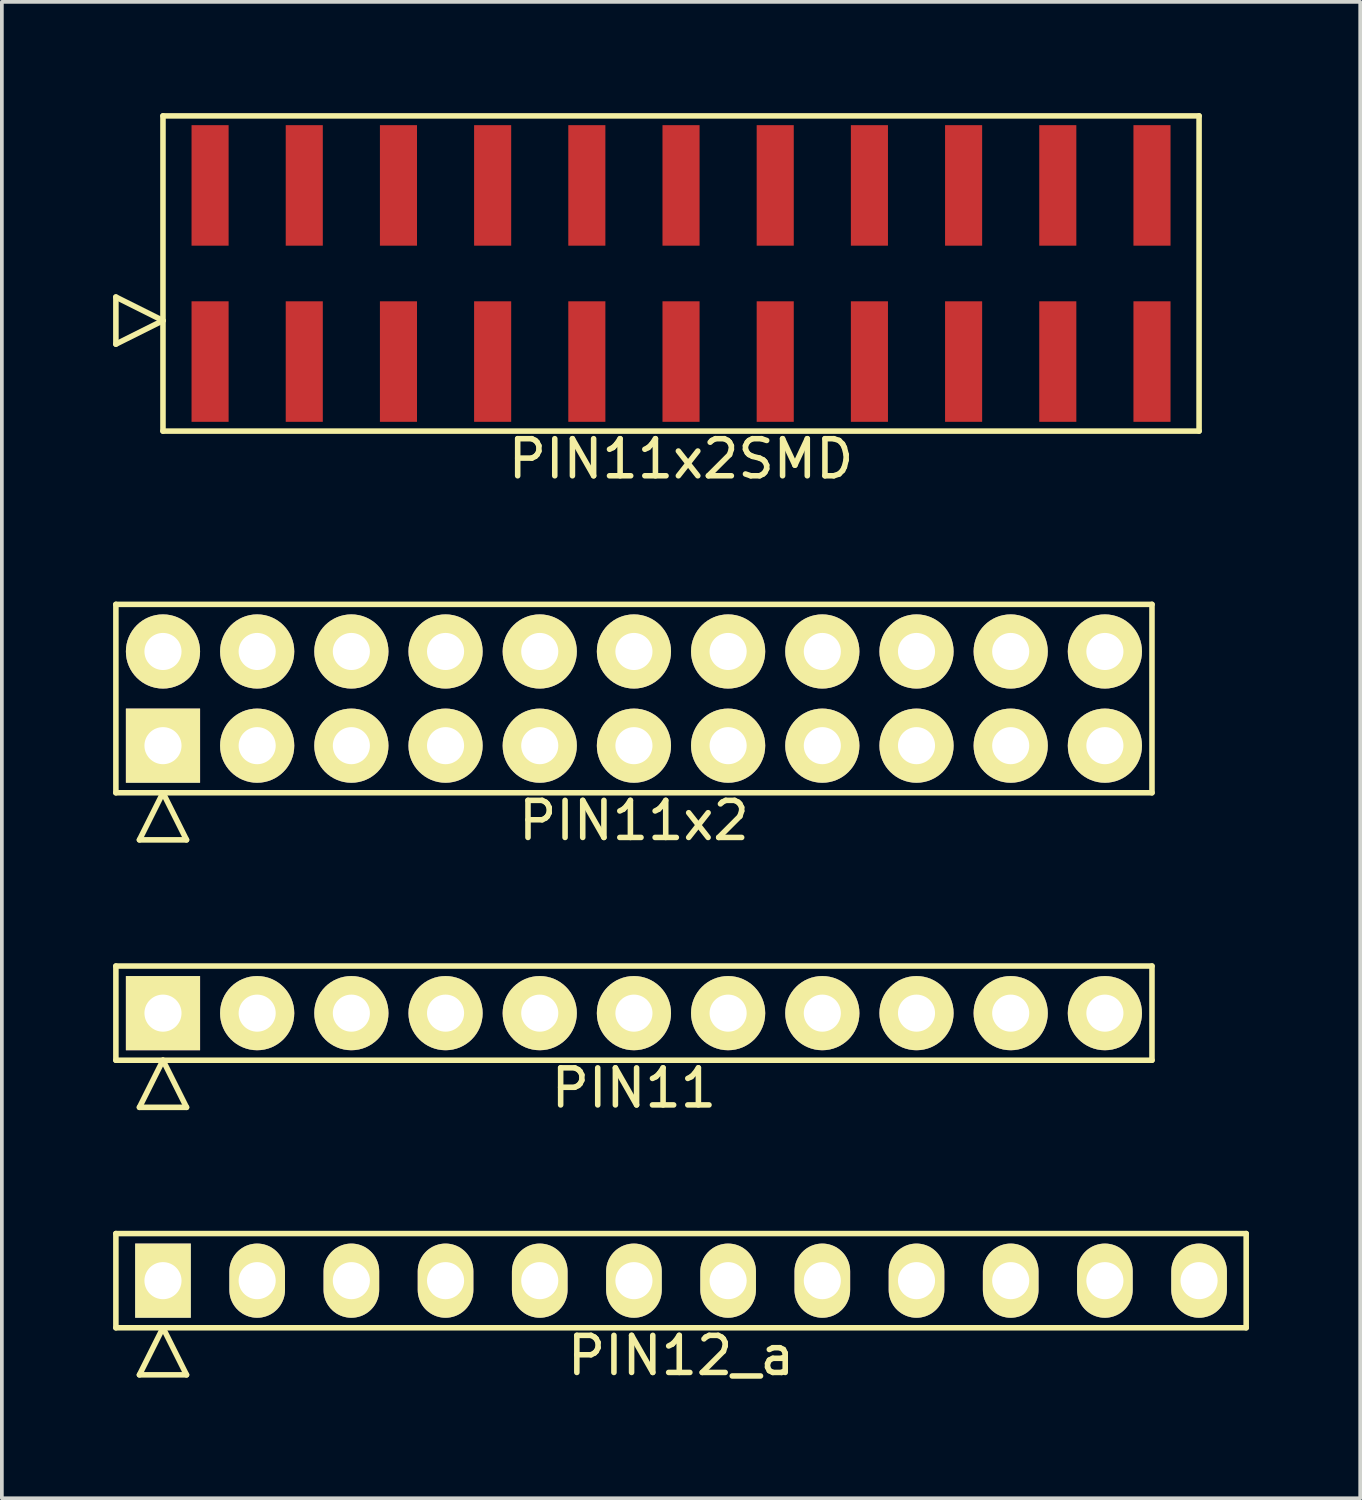
<source format=kicad_pcb>
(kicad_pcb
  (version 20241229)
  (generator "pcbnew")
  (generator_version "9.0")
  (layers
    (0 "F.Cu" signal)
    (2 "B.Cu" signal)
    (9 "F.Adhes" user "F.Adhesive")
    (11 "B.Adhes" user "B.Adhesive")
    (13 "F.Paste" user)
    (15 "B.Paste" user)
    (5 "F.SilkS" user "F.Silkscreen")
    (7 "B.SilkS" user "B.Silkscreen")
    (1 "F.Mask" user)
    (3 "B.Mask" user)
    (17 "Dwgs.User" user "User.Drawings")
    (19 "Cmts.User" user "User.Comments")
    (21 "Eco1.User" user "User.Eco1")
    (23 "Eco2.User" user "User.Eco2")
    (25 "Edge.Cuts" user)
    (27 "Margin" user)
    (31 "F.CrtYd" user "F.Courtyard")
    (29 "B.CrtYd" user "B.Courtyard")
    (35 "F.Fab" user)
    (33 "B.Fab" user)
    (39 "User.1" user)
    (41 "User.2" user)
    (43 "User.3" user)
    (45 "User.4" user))
  (footprint "PIN11"
    (layer "F.Cu")
    (at 14.045 24.271)
    (property "Reference" "PIN11" (at 0 2.02 0) (layer "F.SilkS") (effects (font (size 1 1) (thickness 0.15))))
    (attr through_hole)
    (fp_line (start -13.97 -1.27) (end -13.97 1.27) (stroke (width 0.15) (type solid)) (layer "F.SilkS"))
    (fp_line (start -13.97 1.27) (end 13.97 1.27) (stroke (width 0.15) (type solid)) (layer "F.SilkS"))
    (fp_line (start -13.335 2.54) (end -12.7 1.27) (stroke (width 0.15) (type solid)) (layer "F.SilkS"))
    (fp_line (start -13.335 2.54) (end -12.065 2.54) (stroke (width 0.15) (type solid)) (layer "F.SilkS"))
    (fp_line (start -12.065 2.54) (end -12.7 1.27) (stroke (width 0.15) (type solid)) (layer "F.SilkS"))
    (fp_line (start 13.97 -1.27) (end -13.97 -1.27) (stroke (width 0.15) (type solid)) (layer "F.SilkS"))
    (fp_line (start 13.97 1.27) (end 13.97 -1.27) (stroke (width 0.15) (type solid)) (layer "F.SilkS"))
    (pad "1" thru_hole rect (at -12.7 0) (size 2 2) (drill 1) (layers "*.Cu" "*.Mask" "F.SilkS"))
    (pad "2" thru_hole oval (at -10.16 0) (size 2 2) (drill 1) (layers "*.Cu" "*.Mask" "F.SilkS"))
    (pad "3" thru_hole oval (at -7.62 0) (size 2 2) (drill 1) (layers "*.Cu" "*.Mask" "F.SilkS"))
    (pad "4" thru_hole oval (at -5.08 0) (size 2 2) (drill 1) (layers "*.Cu" "*.Mask" "F.SilkS"))
    (pad "5" thru_hole oval (at -2.54 0) (size 2 2) (drill 1) (layers "*.Cu" "*.Mask" "F.SilkS"))
    (pad "6" thru_hole oval (at 0 0) (size 2 2) (drill 1) (layers "*.Cu" "*.Mask" "F.SilkS"))
    (pad "7" thru_hole oval (at 2.54 0) (size 2 2) (drill 1) (layers "*.Cu" "*.Mask" "F.SilkS"))
    (pad "8" thru_hole oval (at 5.08 0) (size 2 2) (drill 1) (layers "*.Cu" "*.Mask" "F.SilkS"))
    (pad "9" thru_hole oval (at 7.62 0) (size 2 2) (drill 1) (layers "*.Cu" "*.Mask" "F.SilkS"))
    (pad "10" thru_hole oval (at 10.16 0) (size 2 2) (drill 1) (layers "*.Cu" "*.Mask" "F.SilkS"))
    (pad "11" thru_hole oval (at 12.7 0) (size 2 2) (drill 1) (layers "*.Cu" "*.Mask" "F.SilkS")))
  (footprint "PIN12_a"
    (layer "F.Cu")
    (at 15.315 31.485)
    (property "Reference" "PIN12_a" (at 0 2.02 0) (layer "F.SilkS") (effects (font (size 1 1) (thickness 0.15))))
    (attr through_hole)
    (fp_line (start -15.24 -1.27) (end -15.24 1.27) (stroke (width 0.15) (type solid)) (layer "F.SilkS"))
    (fp_line (start -15.24 1.27) (end 15.24 1.27) (stroke (width 0.15) (type solid)) (layer "F.SilkS"))
    (fp_line (start -14.605 2.54) (end -13.97 1.27) (stroke (width 0.15) (type solid)) (layer "F.SilkS"))
    (fp_line (start -14.605 2.54) (end -13.335 2.54) (stroke (width 0.15) (type solid)) (layer "F.SilkS"))
    (fp_line (start -13.335 2.54) (end -13.97 1.27) (stroke (width 0.15) (type solid)) (layer "F.SilkS"))
    (fp_line (start 15.24 -1.27) (end -15.24 -1.27) (stroke (width 0.15) (type solid)) (layer "F.SilkS"))
    (fp_line (start 15.24 1.27) (end 15.24 -1.27) (stroke (width 0.15) (type solid)) (layer "F.SilkS"))
    (pad "1" thru_hole rect (at -13.97 0) (size 1.5 2) (drill 1) (layers "*.Cu" "*.Mask" "F.SilkS"))
    (pad "2" thru_hole oval (at -11.43 0) (size 1.5 2) (drill 1) (layers "*.Cu" "*.Mask" "F.SilkS"))
    (pad "3" thru_hole oval (at -8.89 0) (size 1.5 2) (drill 1) (layers "*.Cu" "*.Mask" "F.SilkS"))
    (pad "4" thru_hole oval (at -6.35 0) (size 1.5 2) (drill 1) (layers "*.Cu" "*.Mask" "F.SilkS"))
    (pad "5" thru_hole oval (at -3.81 0) (size 1.5 2) (drill 1) (layers "*.Cu" "*.Mask" "F.SilkS"))
    (pad "6" thru_hole oval (at -1.27 0) (size 1.5 2) (drill 1) (layers "*.Cu" "*.Mask" "F.SilkS"))
    (pad "7" thru_hole oval (at 1.27 0) (size 1.5 2) (drill 1) (layers "*.Cu" "*.Mask" "F.SilkS"))
    (pad "8" thru_hole oval (at 3.81 0) (size 1.5 2) (drill 1) (layers "*.Cu" "*.Mask" "F.SilkS"))
    (pad "9" thru_hole oval (at 6.35 0) (size 1.5 2) (drill 1) (layers "*.Cu" "*.Mask" "F.SilkS"))
    (pad "10" thru_hole oval (at 8.89 0) (size 1.5 2) (drill 1) (layers "*.Cu" "*.Mask" "F.SilkS"))
    (pad "11" thru_hole oval (at 11.43 0) (size 1.5 2) (drill 1) (layers "*.Cu" "*.Mask" "F.SilkS"))
    (pad "12" thru_hole oval (at 13.97 0) (size 1.5 2) (drill 1) (layers "*.Cu" "*.Mask" "F.SilkS")))
  (footprint "PIN11x2SMD"
    (layer "F.Cu")
    (at 15.315 4.325)
    (property "Reference" "PIN11x2SMD" (at 0 5 0) (layer "F.SilkS") (effects (font (size 1 1) (thickness 0.15))))
    (attr through_hole)
    (fp_line (start -15.24 1.905) (end -15.24 0.635) (stroke (width 0.15) (type solid)) (layer "F.SilkS"))
    (fp_line (start -13.97 -4.25) (end -13.97 4.25) (stroke (width 0.15) (type solid)) (layer "F.SilkS"))
    (fp_line (start -13.97 1.27) (end -15.24 0.635) (stroke (width 0.15) (type solid)) (layer "F.SilkS"))
    (fp_line (start -13.97 1.27) (end -15.24 1.905) (stroke (width 0.15) (type solid)) (layer "F.SilkS"))
    (fp_line (start -13.97 4.25) (end 13.97 4.25) (stroke (width 0.15) (type solid)) (layer "F.SilkS"))
    (fp_line (start 13.97 -4.25) (end -13.97 -4.25) (stroke (width 0.15) (type solid)) (layer "F.SilkS"))
    (fp_line (start 13.97 4.25) (end 13.97 -4.25) (stroke (width 0.15) (type solid)) (layer "F.SilkS"))
    (pad "1" smd rect (at -12.7 2.375) (size 1 3.25) (layers "F.Cu" "F.Mask" "F.Paste"))
    (pad "2" smd rect (at -12.7 -2.375) (size 1 3.25) (layers "F.Cu" "F.Mask" "F.Paste"))
    (pad "3" smd rect (at -10.16 2.375) (size 1 3.25) (layers "F.Cu" "F.Mask" "F.Paste"))
    (pad "4" smd rect (at -10.16 -2.375) (size 1 3.25) (layers "F.Cu" "F.Mask" "F.Paste"))
    (pad "5" smd rect (at -7.62 2.375) (size 1 3.25) (layers "F.Cu" "F.Mask" "F.Paste"))
    (pad "6" smd rect (at -7.62 -2.375) (size 1 3.25) (layers "F.Cu" "F.Mask" "F.Paste"))
    (pad "7" smd rect (at -5.08 2.375) (size 1 3.25) (layers "F.Cu" "F.Mask" "F.Paste"))
    (pad "8" smd rect (at -5.08 -2.375) (size 1 3.25) (layers "F.Cu" "F.Mask" "F.Paste"))
    (pad "9" smd rect (at -2.54 2.375) (size 1 3.25) (layers "F.Cu" "F.Mask" "F.Paste"))
    (pad "10" smd rect (at -2.54 -2.375) (size 1 3.25) (layers "F.Cu" "F.Mask" "F.Paste"))
    (pad "11" smd rect (at 0 2.375) (size 1 3.25) (layers "F.Cu" "F.Mask" "F.Paste"))
    (pad "12" smd rect (at 0 -2.375) (size 1 3.25) (layers "F.Cu" "F.Mask" "F.Paste"))
    (pad "13" smd rect (at 2.54 2.375) (size 1 3.25) (layers "F.Cu" "F.Mask" "F.Paste"))
    (pad "14" smd rect (at 2.54 -2.375) (size 1 3.25) (layers "F.Cu" "F.Mask" "F.Paste"))
    (pad "15" smd rect (at 5.08 2.375) (size 1 3.25) (layers "F.Cu" "F.Mask" "F.Paste"))
    (pad "16" smd rect (at 5.08 -2.375) (size 1 3.25) (layers "F.Cu" "F.Mask" "F.Paste"))
    (pad "17" smd rect (at 7.62 2.375) (size 1 3.25) (layers "F.Cu" "F.Mask" "F.Paste"))
    (pad "18" smd rect (at 7.62 -2.375) (size 1 3.25) (layers "F.Cu" "F.Mask" "F.Paste"))
    (pad "19" smd rect (at 10.16 2.375) (size 1 3.25) (layers "F.Cu" "F.Mask" "F.Paste"))
    (pad "20" smd rect (at 10.16 -2.375) (size 1 3.25) (layers "F.Cu" "F.Mask" "F.Paste"))
    (pad "21" smd rect (at 12.7 2.375) (size 1 3.25) (layers "F.Cu" "F.Mask" "F.Paste"))
    (pad "22" smd rect (at 12.7 -2.375) (size 1 3.25) (layers "F.Cu" "F.Mask" "F.Paste")))
  (footprint "PIN11x2"
    (layer "F.Cu")
    (at 14.045 15.788)
    (property "Reference" "PIN11x2" (at 0 3.29 0) (layer "F.SilkS") (effects (font (size 1 1) (thickness 0.15))))
    (attr through_hole)
    (fp_line (start -13.97 -2.54) (end -13.97 2.54) (stroke (width 0.15) (type solid)) (layer "F.SilkS"))
    (fp_line (start -13.97 2.54) (end 13.97 2.54) (stroke (width 0.15) (type solid)) (layer "F.SilkS"))
    (fp_line (start -13.335 3.81) (end -12.7 2.54) (stroke (width 0.15) (type solid)) (layer "F.SilkS"))
    (fp_line (start -13.335 3.81) (end -12.065 3.81) (stroke (width 0.15) (type solid)) (layer "F.SilkS"))
    (fp_line (start -12.065 3.81) (end -12.7 2.54) (stroke (width 0.15) (type solid)) (layer "F.SilkS"))
    (fp_line (start 13.97 -2.54) (end -13.97 -2.54) (stroke (width 0.15) (type solid)) (layer "F.SilkS"))
    (fp_line (start 13.97 2.54) (end 13.97 -2.54) (stroke (width 0.15) (type solid)) (layer "F.SilkS"))
    (pad "1" thru_hole rect (at -12.7 1.27) (size 2 2) (drill 1) (layers "*.Cu" "*.Mask" "F.SilkS"))
    (pad "2" thru_hole oval (at -12.7 -1.27) (size 2 2) (drill 1) (layers "*.Cu" "*.Mask" "F.SilkS"))
    (pad "3" thru_hole oval (at -10.16 1.27) (size 2 2) (drill 1) (layers "*.Cu" "*.Mask" "F.SilkS"))
    (pad "4" thru_hole oval (at -10.16 -1.27) (size 2 2) (drill 1) (layers "*.Cu" "*.Mask" "F.SilkS"))
    (pad "5" thru_hole oval (at -7.62 1.27) (size 2 2) (drill 1) (layers "*.Cu" "*.Mask" "F.SilkS"))
    (pad "6" thru_hole oval (at -7.62 -1.27) (size 2 2) (drill 1) (layers "*.Cu" "*.Mask" "F.SilkS"))
    (pad "7" thru_hole oval (at -5.08 1.27) (size 2 2) (drill 1) (layers "*.Cu" "*.Mask" "F.SilkS"))
    (pad "8" thru_hole oval (at -5.08 -1.27) (size 2 2) (drill 1) (layers "*.Cu" "*.Mask" "F.SilkS"))
    (pad "9" thru_hole oval (at -2.54 1.27) (size 2 2) (drill 1) (layers "*.Cu" "*.Mask" "F.SilkS"))
    (pad "10" thru_hole oval (at -2.54 -1.27) (size 2 2) (drill 1) (layers "*.Cu" "*.Mask" "F.SilkS"))
    (pad "11" thru_hole oval (at 0 1.27) (size 2 2) (drill 1) (layers "*.Cu" "*.Mask" "F.SilkS"))
    (pad "12" thru_hole oval (at 0 -1.27) (size 2 2) (drill 1) (layers "*.Cu" "*.Mask" "F.SilkS"))
    (pad "13" thru_hole oval (at 2.54 1.27) (size 2 2) (drill 1) (layers "*.Cu" "*.Mask" "F.SilkS"))
    (pad "14" thru_hole oval (at 2.54 -1.27) (size 2 2) (drill 1) (layers "*.Cu" "*.Mask" "F.SilkS"))
    (pad "15" thru_hole oval (at 5.08 1.27) (size 2 2) (drill 1) (layers "*.Cu" "*.Mask" "F.SilkS"))
    (pad "16" thru_hole oval (at 5.08 -1.27) (size 2 2) (drill 1) (layers "*.Cu" "*.Mask" "F.SilkS"))
    (pad "17" thru_hole oval (at 7.62 1.27) (size 2 2) (drill 1) (layers "*.Cu" "*.Mask" "F.SilkS"))
    (pad "18" thru_hole oval (at 7.62 -1.27) (size 2 2) (drill 1) (layers "*.Cu" "*.Mask" "F.SilkS"))
    (pad "19" thru_hole oval (at 10.16 1.27) (size 2 2) (drill 1) (layers "*.Cu" "*.Mask" "F.SilkS"))
    (pad "20" thru_hole oval (at 10.16 -1.27) (size 2 2) (drill 1) (layers "*.Cu" "*.Mask" "F.SilkS"))
    (pad "21" thru_hole oval (at 12.7 1.27) (size 2 2) (drill 1) (layers "*.Cu" "*.Mask" "F.SilkS"))
    (pad "22" thru_hole oval (at 12.7 -1.27) (size 2 2) (drill 1) (layers "*.Cu" "*.Mask" "F.SilkS")))
  (gr_rect
    (start -3 -3)
    (end 33.63 37.353)
    (stroke (width 0.1) (type default))
    (fill no)
    (layer "Edge.Cuts")))
</source>
